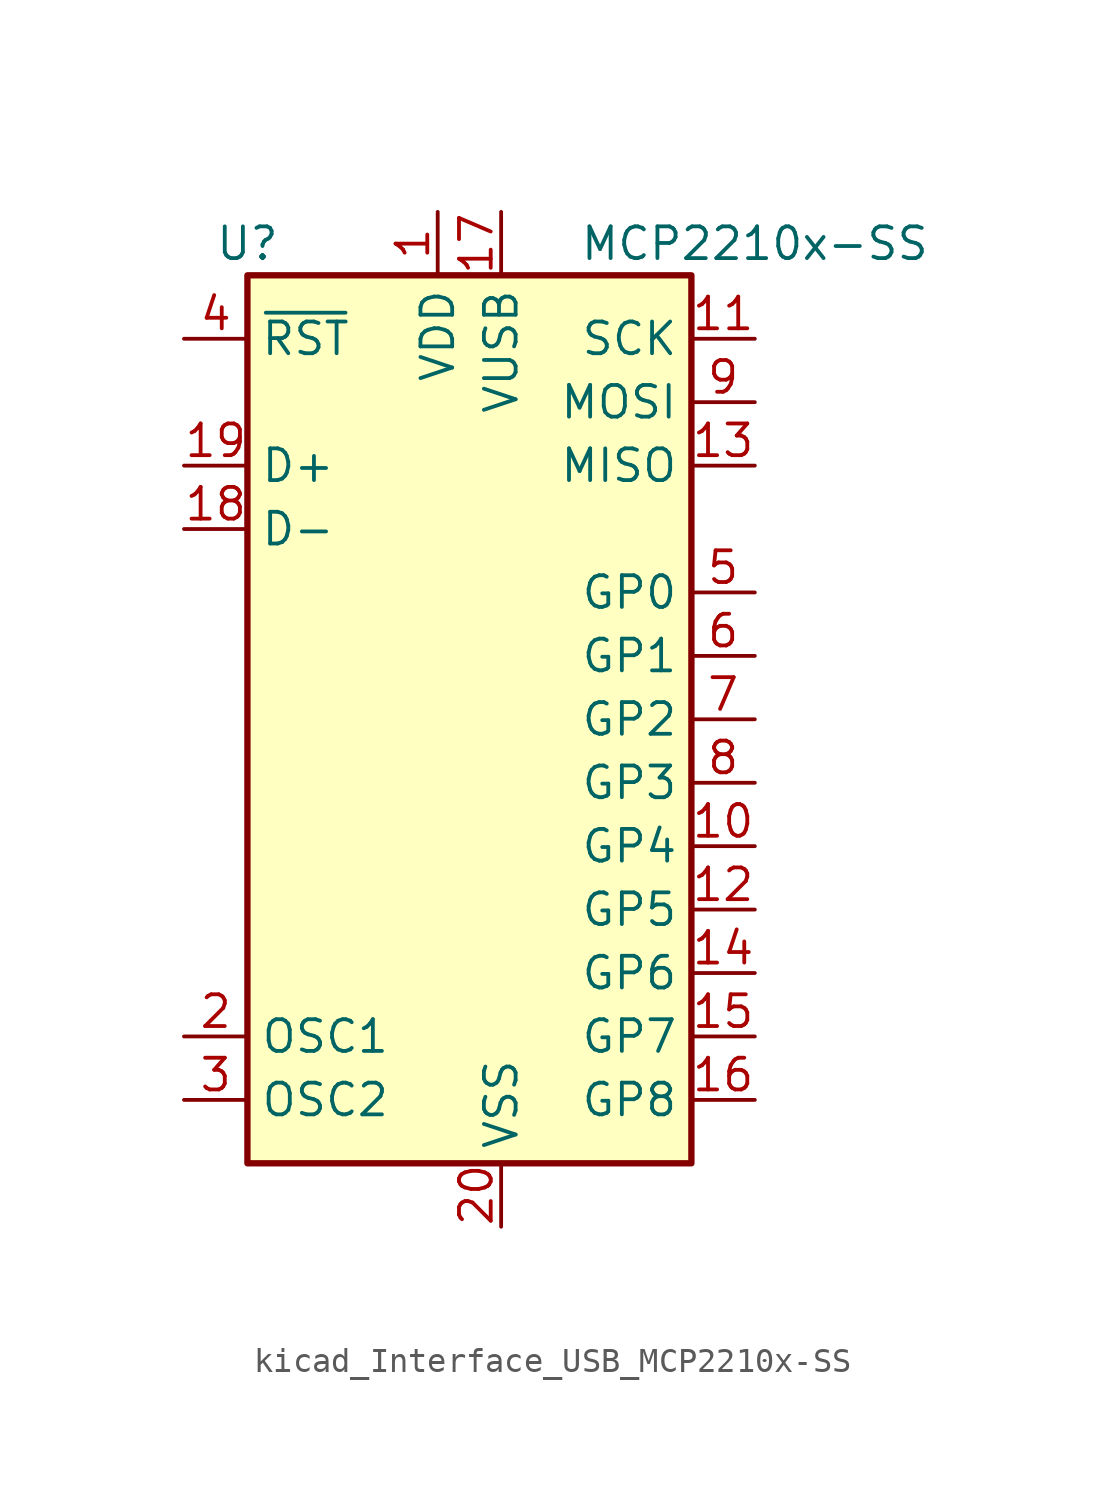
<source format=kicad_sym>
(kicad_symbol_lib
  (version 20220914)
  (generator kicad_symbol_editor)
  (symbol "kicad_Interface_USB_MCP2210x-SS"
    (property "Reference" "U"
      (at -10.16 19.05 0)
      (effects (font (size 1.27 1.27))))
    (property "Value" "MCP2210x-SS"
      (at 10.16 19.05 0)
      (effects (font (size 1.27 1.27))))
    (symbol "kicad_Interface_USB_MCP2210x-SS_0_1"
      (rectangle (start -10.16 17.78) (end 7.62 -17.78) (stroke (width 0.254) (type default)) (fill (type background))))
    (symbol "kicad_Interface_USB_MCP2210x-SS_1_1"
      (pin power_in line (at -2.54 20.32 270) (length 2.54) (name "VDD" (effects (font (size 1.27 1.27)))) (number "1" (effects (font (size 1.27 1.27)))))
      (pin bidirectional line (at 10.16 -5.08 180) (length 2.54) (name "GP4" (effects (font (size 1.27 1.27)))) (number "10" (effects (font (size 1.27 1.27)))))
      (pin output line (at 10.16 15.24 180) (length 2.54) (name "SCK" (effects (font (size 1.27 1.27)))) (number "11" (effects (font (size 1.27 1.27)))))
      (pin bidirectional line (at 10.16 -7.62 180) (length 2.54) (name "GP5" (effects (font (size 1.27 1.27)))) (number "12" (effects (font (size 1.27 1.27)))))
      (pin input line (at 10.16 10.16 180) (length 2.54) (name "MISO" (effects (font (size 1.27 1.27)))) (number "13" (effects (font (size 1.27 1.27)))))
      (pin bidirectional line (at 10.16 -10.16 180) (length 2.54) (name "GP6" (effects (font (size 1.27 1.27)))) (number "14" (effects (font (size 1.27 1.27)))))
      (pin bidirectional line (at 10.16 -12.7 180) (length 2.54) (name "GP7" (effects (font (size 1.27 1.27)))) (number "15" (effects (font (size 1.27 1.27)))))
      (pin bidirectional line (at 10.16 -15.24 180) (length 2.54) (name "GP8" (effects (font (size 1.27 1.27)))) (number "16" (effects (font (size 1.27 1.27)))))
      (pin passive line (at 0 20.32 270) (length 2.54) (name "VUSB" (effects (font (size 1.27 1.27)))) (number "17" (effects (font (size 1.27 1.27)))))
      (pin bidirectional line (at -12.7 7.62 0) (length 2.54) (name "D-" (effects (font (size 1.27 1.27)))) (number "18" (effects (font (size 1.27 1.27)))))
      (pin bidirectional line (at -12.7 10.16 0) (length 2.54) (name "D+" (effects (font (size 1.27 1.27)))) (number "19" (effects (font (size 1.27 1.27)))))
      (pin input line (at -12.7 -12.7 0) (length 2.54) (name "OSC1" (effects (font (size 1.27 1.27)))) (number "2" (effects (font (size 1.27 1.27)))))
      (pin power_in line (at 0 -20.32 90) (length 2.54) (name "VSS" (effects (font (size 1.27 1.27)))) (number "20" (effects (font (size 1.27 1.27)))))
      (pin output line (at -12.7 -15.24 0) (length 2.54) (name "OSC2" (effects (font (size 1.27 1.27)))) (number "3" (effects (font (size 1.27 1.27)))))
      (pin input line (at -12.7 15.24 0) (length 2.54) (name "~{RST}" (effects (font (size 1.27 1.27)))) (number "4" (effects (font (size 1.27 1.27)))))
      (pin bidirectional line (at 10.16 5.08 180) (length 2.54) (name "GP0" (effects (font (size 1.27 1.27)))) (number "5" (effects (font (size 1.27 1.27)))))
      (pin bidirectional line (at 10.16 2.54 180) (length 2.54) (name "GP1" (effects (font (size 1.27 1.27)))) (number "6" (effects (font (size 1.27 1.27)))))
      (pin bidirectional line (at 10.16 0 180) (length 2.54) (name "GP2" (effects (font (size 1.27 1.27)))) (number "7" (effects (font (size 1.27 1.27)))))
      (pin bidirectional line (at 10.16 -2.54 180) (length 2.54) (name "GP3" (effects (font (size 1.27 1.27)))) (number "8" (effects (font (size 1.27 1.27)))))
      (pin output line (at 10.16 12.7 180) (length 2.54) (name "MOSI" (effects (font (size 1.27 1.27)))) (number "9" (effects (font (size 1.27 1.27))))))))
</source>
